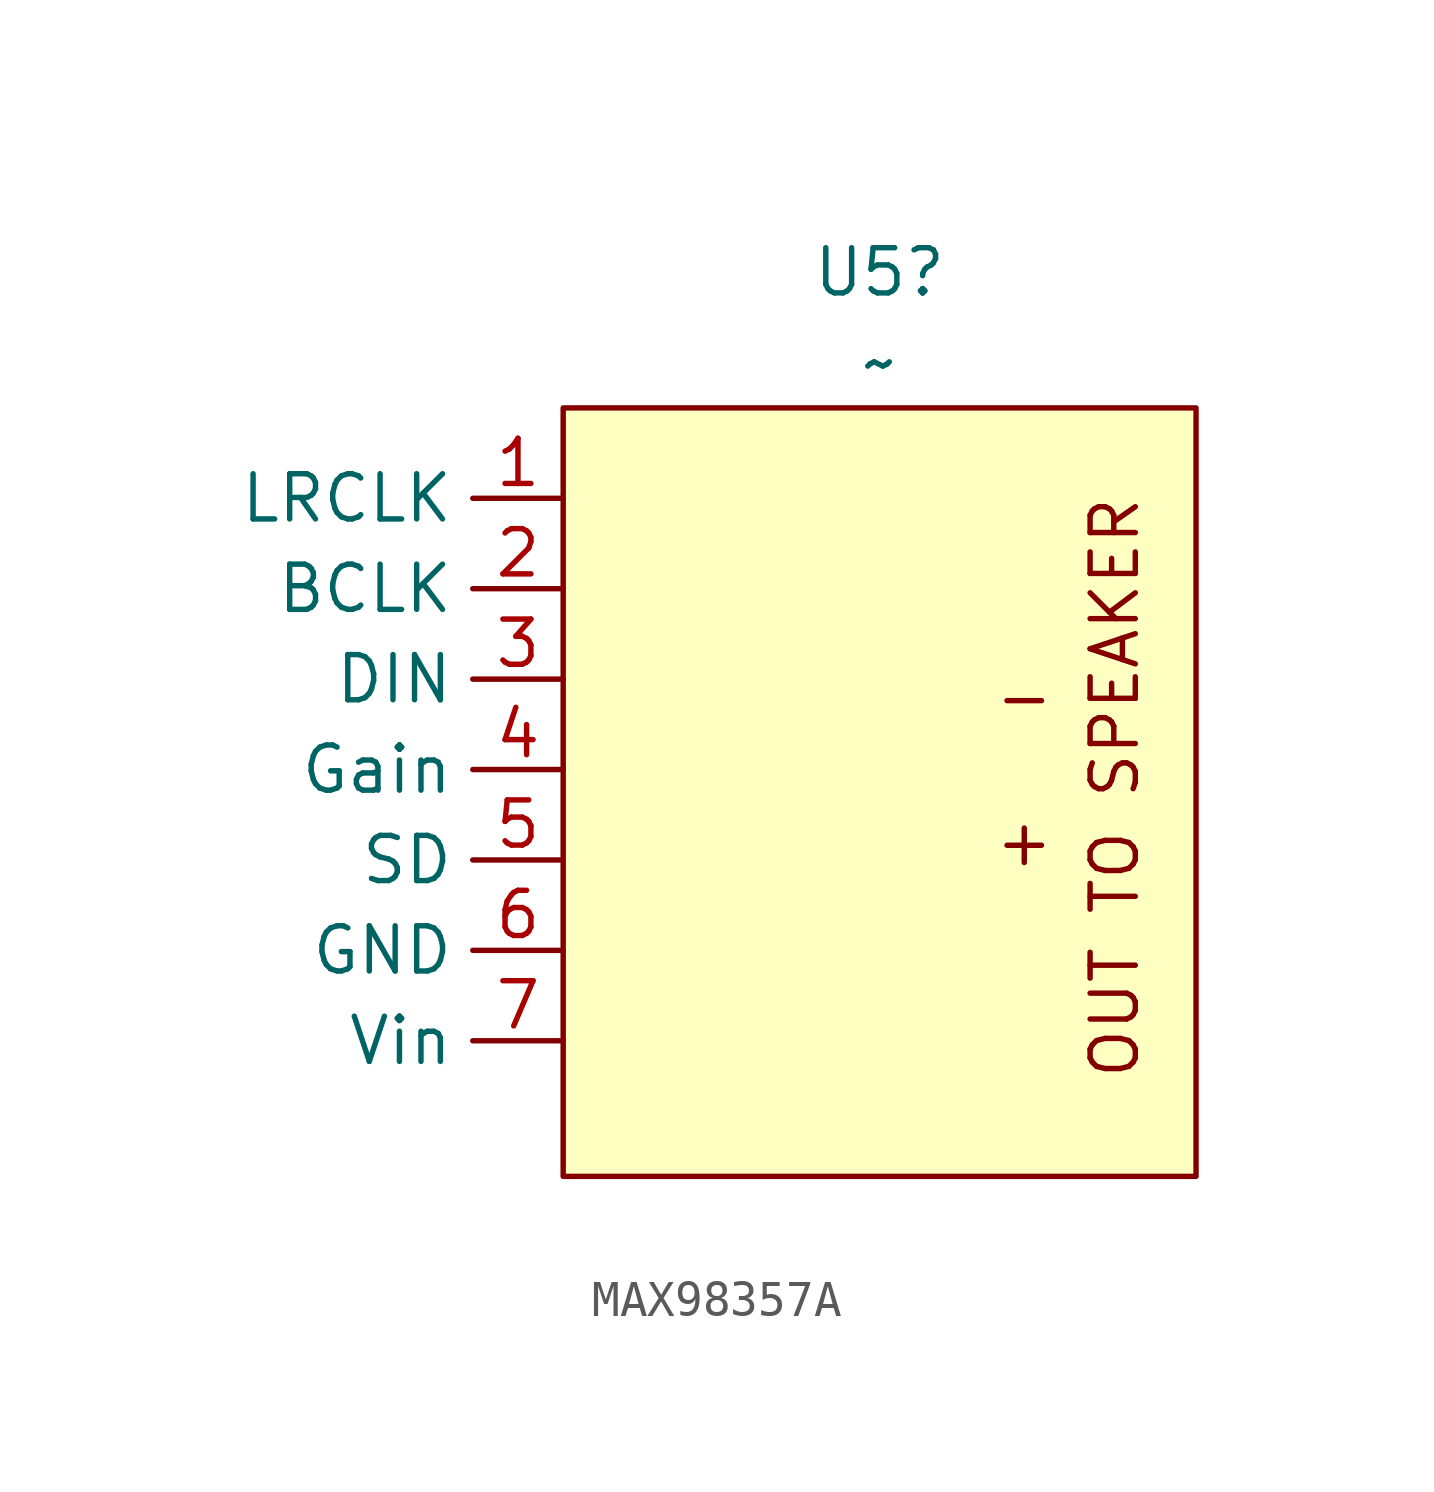
<source format=kicad_sym>
(kicad_symbol_lib
  (version 20231120)
  (generator "kicad_symbol_editor")
  (generator_version "8.0")
  (symbol "MAX98357A"
    (property "Reference" "U5"
      (at 0 13.97 0)
      (effects (font (size 1.27 1.27))))
    (property "Value" "~"
      (at 0 11.43 0)
      (effects (font (size 1.27 1.27))))
    (symbol "MAX98357A_1_1"
      (polyline (pts (xy -8.89 10.16) (xy 8.89 10.16) (xy 8.89 -11.43) (xy -8.89 -11.43) (xy -8.89 10.16)) (stroke (width 0) (type default)) (fill (type background)))
      (text "+\n" (at 4.064 -2.032 0) (effects (font (size 1.27 1.27))))
      (text "-" (at 4.064 2.032 0) (effects (font (size 1.27 1.27))))
      (text "OUT TO SPEAKER" (at 6.604 -0.508 900) (effects (font (size 1.27 1.27))))
      (pin bidirectional line (at -8.89 7.62 180) (length 2.54) (name "LRCLK" (effects (font (size 1.27 1.27)))) (number "1" (effects (font (size 1.27 1.27)))))
      (pin bidirectional line (at -8.89 5.08 180) (length 2.54) (name "BCLK" (effects (font (size 1.27 1.27)))) (number "2" (effects (font (size 1.27 1.27)))))
      (pin bidirectional line (at -8.89 2.54 180) (length 2.54) (name "DIN" (effects (font (size 1.27 1.27)))) (number "3" (effects (font (size 1.27 1.27)))))
      (pin bidirectional line (at -8.89 0 180) (length 2.54) (name "Gain" (effects (font (size 1.27 1.27)))) (number "4" (effects (font (size 1.27 1.27)))))
      (pin bidirectional line (at -8.89 -2.54 180) (length 2.54) (name "SD" (effects (font (size 1.27 1.27)))) (number "5" (effects (font (size 1.27 1.27)))))
      (pin bidirectional line (at -8.89 -5.08 180) (length 2.54) (name "GND" (effects (font (size 1.27 1.27)))) (number "6" (effects (font (size 1.27 1.27)))))
      (pin bidirectional line (at -8.89 -7.62 180) (length 2.54) (name "Vin" (effects (font (size 1.27 1.27)))) (number "7" (effects (font (size 1.27 1.27))))))))
</source>
